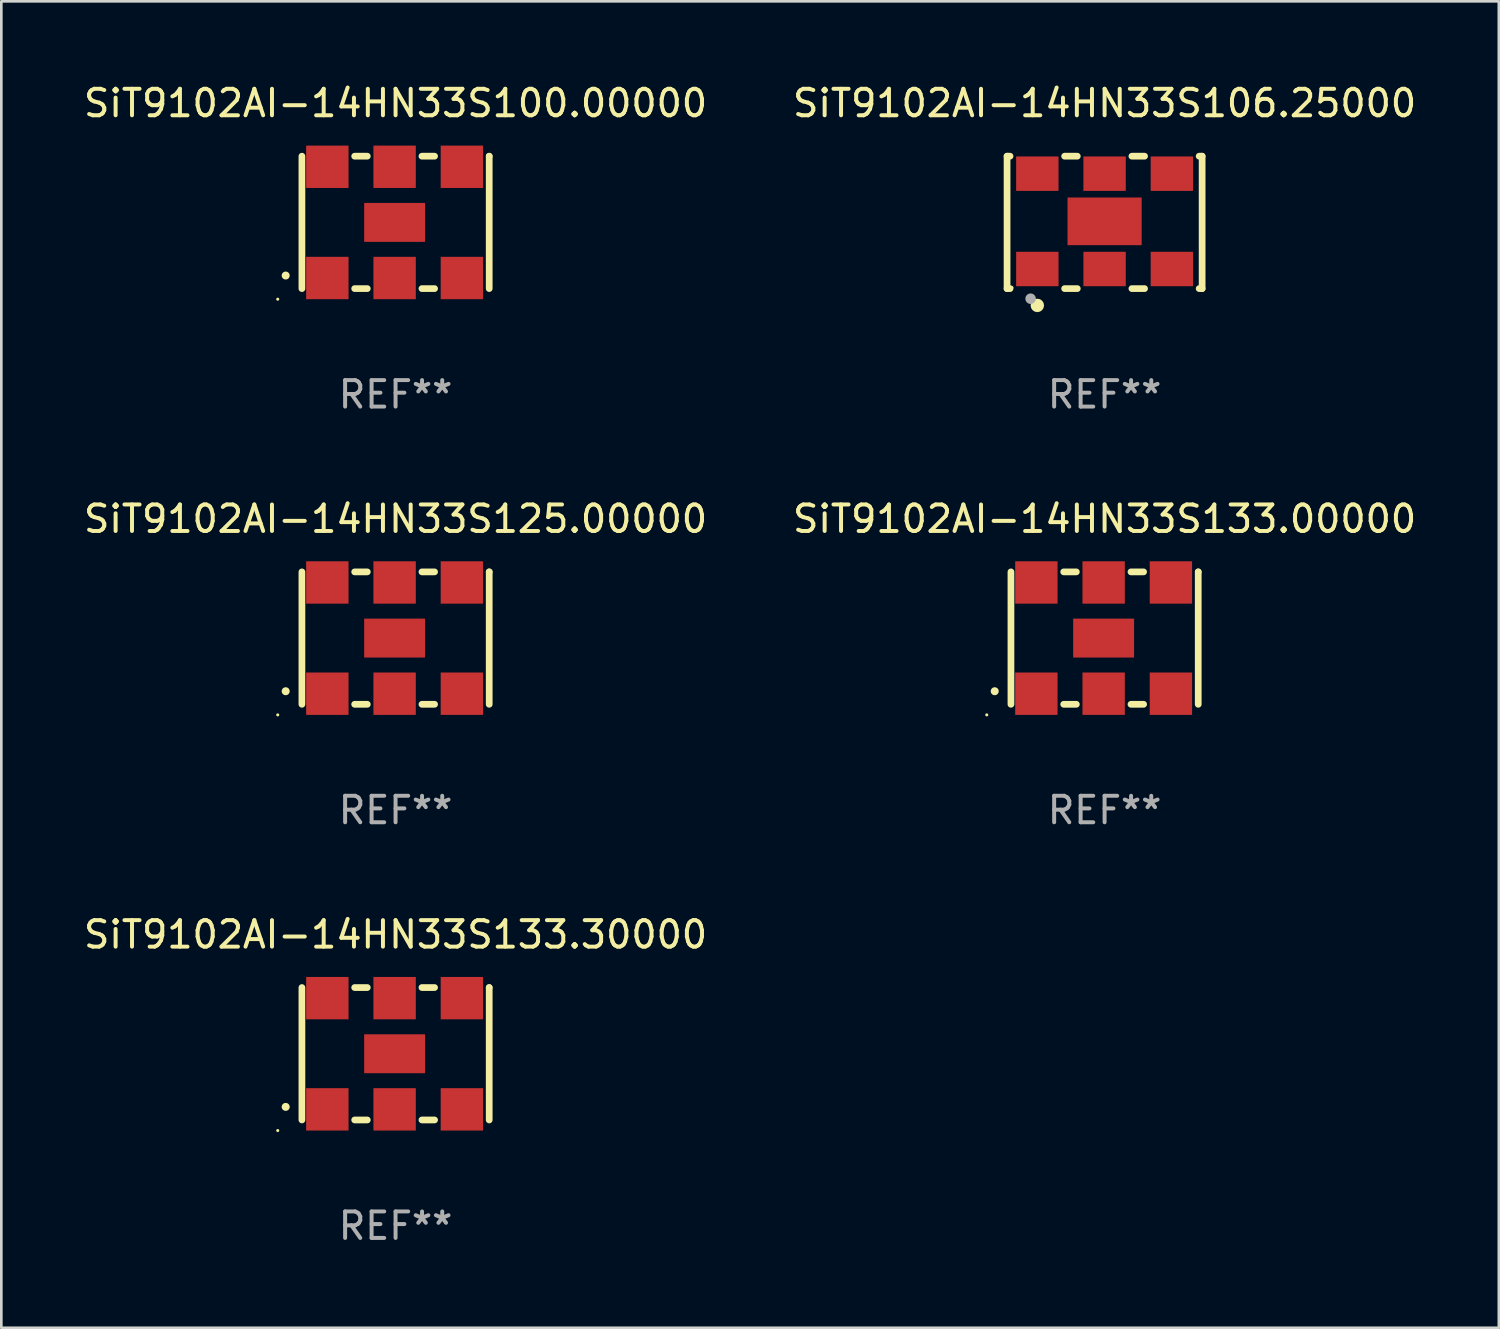
<source format=kicad_pcb>
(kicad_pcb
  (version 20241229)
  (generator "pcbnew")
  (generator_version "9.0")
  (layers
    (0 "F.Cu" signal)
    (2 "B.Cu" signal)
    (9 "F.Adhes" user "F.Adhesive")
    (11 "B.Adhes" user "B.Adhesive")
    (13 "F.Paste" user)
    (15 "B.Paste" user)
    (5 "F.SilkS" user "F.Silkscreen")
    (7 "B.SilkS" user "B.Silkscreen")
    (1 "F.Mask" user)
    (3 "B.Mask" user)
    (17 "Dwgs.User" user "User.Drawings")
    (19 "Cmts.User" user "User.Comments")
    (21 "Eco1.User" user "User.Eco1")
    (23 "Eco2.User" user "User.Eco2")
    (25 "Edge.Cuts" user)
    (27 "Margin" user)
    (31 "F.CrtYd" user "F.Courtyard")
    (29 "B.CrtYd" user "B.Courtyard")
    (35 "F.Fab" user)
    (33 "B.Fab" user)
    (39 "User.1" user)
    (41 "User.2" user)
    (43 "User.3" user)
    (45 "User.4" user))
  (footprint "SiT9102AI-14HN33S133.30000"
    (layer "F.Cu")
    (at 11.887 36.741)
    (property "Reference" "SiT9102AI-14HN33S133.30000" (at 0 -4.5 0) (layer "F.SilkS") (effects (font (size 1 1) (thickness 0.15))))
    (attr through_hole)
    (fp_line (start -3.536 -2.5) (end -3.536 2.5) (stroke (width 0.254) (type solid)) (layer "F.SilkS"))
    (fp_line (start -1.544 2.5) (end -1.067 2.5) (stroke (width 0.254) (type solid)) (layer "F.SilkS"))
    (fp_line (start -1.067 -2.5) (end -1.544 -2.5) (stroke (width 0.254) (type solid)) (layer "F.SilkS"))
    (fp_line (start 0.996 2.5) (end 1.473 2.5) (stroke (width 0.254) (type solid)) (layer "F.SilkS"))
    (fp_line (start 1.473 -2.5) (end 0.996 -2.5) (stroke (width 0.254) (type solid)) (layer "F.SilkS"))
    (fp_line (start 3.536 -2.5) (end 3.536 -2.5) (stroke (width 0.254) (type solid)) (layer "F.SilkS"))
    (fp_line (start 3.536 2.5) (end 3.536 -2.5) (stroke (width 0.254) (type solid)) (layer "F.SilkS"))
    (fp_arc (start -4.150432 2.006604) (mid -4.149162 2.006599) (end -4.147892 2.006604) (stroke (width 0.3) (type solid)) (layer "F.SilkS"))
    (fp_circle (center -4.449 2.9) (end -4.419 2.9) (stroke (width 0.06) (type solid)) (fill no) (layer "F.SilkS"))
    (fp_text user "REF**" (at 0 6.5 0) (layer "F.Fab") (effects (font (size 1 1) (thickness 0.15))))
    (pad "1" smd rect (at -2.576 2.1) (size 1.6 1.6) (layers "F.Cu" "F.Mask" "F.Paste"))
    (pad "2" smd rect (at -0.036 2.1) (size 1.6 1.6) (layers "F.Cu" "F.Mask" "F.Paste"))
    (pad "3" smd rect (at 2.504 2.1) (size 1.6 1.6) (layers "F.Cu" "F.Mask" "F.Paste"))
    (pad "4" smd rect (at 2.504 -2.1) (size 1.6 1.6) (layers "F.Cu" "F.Mask" "F.Paste"))
    (pad "5" smd rect (at -0.036 -2.1) (size 1.6 1.6) (layers "F.Cu" "F.Mask" "F.Paste"))
    (pad "6" smd rect (at -2.576 -2.1) (size 1.6 1.6) (layers "F.Cu" "F.Mask" "F.Paste"))
    (pad "7" smd rect (at -0.036 0) (size 2.3 1.47) (layers "F.Cu" "F.Mask" "F.Paste")))
  (footprint "SiT9102AI-14HN33S100.00000"
    (layer "F.Cu")
    (at 11.887 5.348)
    (property "Reference" "SiT9102AI-14HN33S100.00000" (at 0 -4.5 0) (layer "F.SilkS") (effects (font (size 1 1) (thickness 0.15))))
    (attr through_hole)
    (fp_line (start -3.536 -2.5) (end -3.536 2.5) (stroke (width 0.254) (type solid)) (layer "F.SilkS"))
    (fp_line (start -1.544 2.5) (end -1.067 2.5) (stroke (width 0.254) (type solid)) (layer "F.SilkS"))
    (fp_line (start -1.067 -2.5) (end -1.544 -2.5) (stroke (width 0.254) (type solid)) (layer "F.SilkS"))
    (fp_line (start 0.996 2.5) (end 1.473 2.5) (stroke (width 0.254) (type solid)) (layer "F.SilkS"))
    (fp_line (start 1.473 -2.5) (end 0.996 -2.5) (stroke (width 0.254) (type solid)) (layer "F.SilkS"))
    (fp_line (start 3.536 -2.5) (end 3.536 -2.5) (stroke (width 0.254) (type solid)) (layer "F.SilkS"))
    (fp_line (start 3.536 2.5) (end 3.536 -2.5) (stroke (width 0.254) (type solid)) (layer "F.SilkS"))
    (fp_arc (start -4.150432 2.006604) (mid -4.149162 2.006599) (end -4.147892 2.006604) (stroke (width 0.3) (type solid)) (layer "F.SilkS"))
    (fp_circle (center -4.449 2.9) (end -4.419 2.9) (stroke (width 0.06) (type solid)) (fill no) (layer "F.SilkS"))
    (fp_text user "REF**" (at 0 6.5 0) (layer "F.Fab") (effects (font (size 1 1) (thickness 0.15))))
    (pad "1" smd rect (at -2.576 2.1) (size 1.6 1.6) (layers "F.Cu" "F.Mask" "F.Paste"))
    (pad "2" smd rect (at -0.036 2.1) (size 1.6 1.6) (layers "F.Cu" "F.Mask" "F.Paste"))
    (pad "3" smd rect (at 2.504 2.1) (size 1.6 1.6) (layers "F.Cu" "F.Mask" "F.Paste"))
    (pad "4" smd rect (at 2.504 -2.1) (size 1.6 1.6) (layers "F.Cu" "F.Mask" "F.Paste"))
    (pad "5" smd rect (at -0.036 -2.1) (size 1.6 1.6) (layers "F.Cu" "F.Mask" "F.Paste"))
    (pad "6" smd rect (at -2.576 -2.1) (size 1.6 1.6) (layers "F.Cu" "F.Mask" "F.Paste"))
    (pad "7" smd rect (at -0.036 0) (size 2.3 1.47) (layers "F.Cu" "F.Mask" "F.Paste")))
  (footprint "SiT9102AI-14HN33S133.00000"
    (layer "F.Cu")
    (at 38.661 21.045)
    (property "Reference" "SiT9102AI-14HN33S133.00000" (at 0 -4.5 0) (layer "F.SilkS") (effects (font (size 1 1) (thickness 0.15))))
    (attr through_hole)
    (fp_line (start -3.536 -2.5) (end -3.536 2.5) (stroke (width 0.254) (type solid)) (layer "F.SilkS"))
    (fp_line (start -1.544 2.5) (end -1.067 2.5) (stroke (width 0.254) (type solid)) (layer "F.SilkS"))
    (fp_line (start -1.067 -2.5) (end -1.544 -2.5) (stroke (width 0.254) (type solid)) (layer "F.SilkS"))
    (fp_line (start 0.996 2.5) (end 1.473 2.5) (stroke (width 0.254) (type solid)) (layer "F.SilkS"))
    (fp_line (start 1.473 -2.5) (end 0.996 -2.5) (stroke (width 0.254) (type solid)) (layer "F.SilkS"))
    (fp_line (start 3.536 -2.5) (end 3.536 -2.5) (stroke (width 0.254) (type solid)) (layer "F.SilkS"))
    (fp_line (start 3.536 2.5) (end 3.536 -2.5) (stroke (width 0.254) (type solid)) (layer "F.SilkS"))
    (fp_arc (start -4.150432 2.006604) (mid -4.149162 2.006599) (end -4.147892 2.006604) (stroke (width 0.3) (type solid)) (layer "F.SilkS"))
    (fp_circle (center -4.449 2.9) (end -4.419 2.9) (stroke (width 0.06) (type solid)) (fill no) (layer "F.SilkS"))
    (fp_text user "REF**" (at 0 6.5 0) (layer "F.Fab") (effects (font (size 1 1) (thickness 0.15))))
    (pad "1" smd rect (at -2.576 2.1) (size 1.6 1.6) (layers "F.Cu" "F.Mask" "F.Paste"))
    (pad "2" smd rect (at -0.036 2.1) (size 1.6 1.6) (layers "F.Cu" "F.Mask" "F.Paste"))
    (pad "3" smd rect (at 2.504 2.1) (size 1.6 1.6) (layers "F.Cu" "F.Mask" "F.Paste"))
    (pad "4" smd rect (at 2.504 -2.1) (size 1.6 1.6) (layers "F.Cu" "F.Mask" "F.Paste"))
    (pad "5" smd rect (at -0.036 -2.1) (size 1.6 1.6) (layers "F.Cu" "F.Mask" "F.Paste"))
    (pad "6" smd rect (at -2.576 -2.1) (size 1.6 1.6) (layers "F.Cu" "F.Mask" "F.Paste"))
    (pad "7" smd rect (at -0.036 0) (size 2.3 1.47) (layers "F.Cu" "F.Mask" "F.Paste")))
  (footprint "SiT9102AI-14HN33S125.00000"
    (layer "F.Cu")
    (at 11.887 21.045)
    (property "Reference" "SiT9102AI-14HN33S125.00000" (at 0 -4.5 0) (layer "F.SilkS") (effects (font (size 1 1) (thickness 0.15))))
    (attr through_hole)
    (fp_line (start -3.536 -2.5) (end -3.536 2.5) (stroke (width 0.254) (type solid)) (layer "F.SilkS"))
    (fp_line (start -1.544 2.5) (end -1.067 2.5) (stroke (width 0.254) (type solid)) (layer "F.SilkS"))
    (fp_line (start -1.067 -2.5) (end -1.544 -2.5) (stroke (width 0.254) (type solid)) (layer "F.SilkS"))
    (fp_line (start 0.996 2.5) (end 1.473 2.5) (stroke (width 0.254) (type solid)) (layer "F.SilkS"))
    (fp_line (start 1.473 -2.5) (end 0.996 -2.5) (stroke (width 0.254) (type solid)) (layer "F.SilkS"))
    (fp_line (start 3.536 -2.5) (end 3.536 -2.5) (stroke (width 0.254) (type solid)) (layer "F.SilkS"))
    (fp_line (start 3.536 2.5) (end 3.536 -2.5) (stroke (width 0.254) (type solid)) (layer "F.SilkS"))
    (fp_arc (start -4.150432 2.006604) (mid -4.149162 2.006599) (end -4.147892 2.006604) (stroke (width 0.3) (type solid)) (layer "F.SilkS"))
    (fp_circle (center -4.449 2.9) (end -4.419 2.9) (stroke (width 0.06) (type solid)) (fill no) (layer "F.SilkS"))
    (fp_text user "REF**" (at 0 6.5 0) (layer "F.Fab") (effects (font (size 1 1) (thickness 0.15))))
    (pad "1" smd rect (at -2.576 2.1) (size 1.6 1.6) (layers "F.Cu" "F.Mask" "F.Paste"))
    (pad "2" smd rect (at -0.036 2.1) (size 1.6 1.6) (layers "F.Cu" "F.Mask" "F.Paste"))
    (pad "3" smd rect (at 2.504 2.1) (size 1.6 1.6) (layers "F.Cu" "F.Mask" "F.Paste"))
    (pad "4" smd rect (at 2.504 -2.1) (size 1.6 1.6) (layers "F.Cu" "F.Mask" "F.Paste"))
    (pad "5" smd rect (at -0.036 -2.1) (size 1.6 1.6) (layers "F.Cu" "F.Mask" "F.Paste"))
    (pad "6" smd rect (at -2.576 -2.1) (size 1.6 1.6) (layers "F.Cu" "F.Mask" "F.Paste"))
    (pad "7" smd rect (at -0.036 0) (size 2.3 1.47) (layers "F.Cu" "F.Mask" "F.Paste")))
  (footprint "SiT9102AI-14HN33S106.25000"
    (layer "F.Cu")
    (at 38.661 5.348)
    (property "Reference" "SiT9102AI-14HN33S106.25000" (at 0 -4.5 0) (layer "F.SilkS") (effects (font (size 1 1) (thickness 0.15))))
    (attr through_hole)
    (fp_line (start -3.683 -2.5) (end -3.571 -2.5) (stroke (width 0.254) (type solid)) (layer "F.SilkS"))
    (fp_line (start -3.683 2.5) (end -3.683 -2.5) (stroke (width 0.254) (type solid)) (layer "F.SilkS"))
    (fp_line (start -3.683 2.5) (end -3.571 2.5) (stroke (width 0.254) (type solid)) (layer "F.SilkS"))
    (fp_line (start -1.509 -2.5) (end -1.031 -2.5) (stroke (width 0.254) (type solid)) (layer "F.SilkS"))
    (fp_line (start -1.509 2.5) (end -1.031 2.5) (stroke (width 0.254) (type solid)) (layer "F.SilkS"))
    (fp_line (start 1.031 -2.5) (end 1.509 -2.5) (stroke (width 0.254) (type solid)) (layer "F.SilkS"))
    (fp_line (start 1.031 2.5) (end 1.509 2.5) (stroke (width 0.254) (type solid)) (layer "F.SilkS"))
    (fp_line (start 3.571 -2.5) (end 3.683 -2.5) (stroke (width 0.254) (type solid)) (layer "F.SilkS"))
    (fp_line (start 3.571 2.5) (end 3.683 2.5) (stroke (width 0.254) (type solid)) (layer "F.SilkS"))
    (fp_line (start 3.683 2.5) (end 3.683 -2.5) (stroke (width 0.254) (type solid)) (layer "F.SilkS"))
    (fp_circle (center -3.5 2.46) (end -3.47 2.46) (stroke (width 0.06) (type solid)) (fill no) (layer "F.SilkS"))
    (fp_circle (center -2.54 3.135) (end -2.413 3.135) (stroke (width 0.254) (type solid)) (fill no) (layer "F.SilkS"))
    (fp_circle (center -2.794 2.881) (end -2.694 2.881) (stroke (width 0.2) (type solid)) (fill no) (layer "F.Fab"))
    (fp_text user "REF**" (at 0 6.5 0) (layer "F.Fab") (effects (font (size 1 1) (thickness 0.15))))
    (pad "1" smd rect (at -2.54 1.76) (size 1.6 1.3) (layers "F.Cu" "F.Mask" "F.Paste"))
    (pad "2" smd rect (at 0 1.76) (size 1.6 1.3) (layers "F.Cu" "F.Mask" "F.Paste"))
    (pad "3" smd rect (at 2.54 1.76) (size 1.6 1.3) (layers "F.Cu" "F.Mask" "F.Paste"))
    (pad "4" smd rect (at 2.54 -1.84) (size 1.6 1.3) (layers "F.Cu" "F.Mask" "F.Paste"))
    (pad "5" smd rect (at 0 -1.84) (size 1.6 1.3) (layers "F.Cu" "F.Mask" "F.Paste"))
    (pad "6" smd rect (at -2.54 -1.84) (size 1.6 1.3) (layers "F.Cu" "F.Mask" "F.Paste"))
    (pad "7" smd rect (at 0 -0.04) (size 2.8 1.8) (layers "F.Cu" "F.Mask" "F.Paste")))
  (gr_rect
    (start -3 -3)
    (end 53.548 47.09)
    (stroke (width 0.1) (type default))
    (fill no)
    (layer "Edge.Cuts")))
</source>
